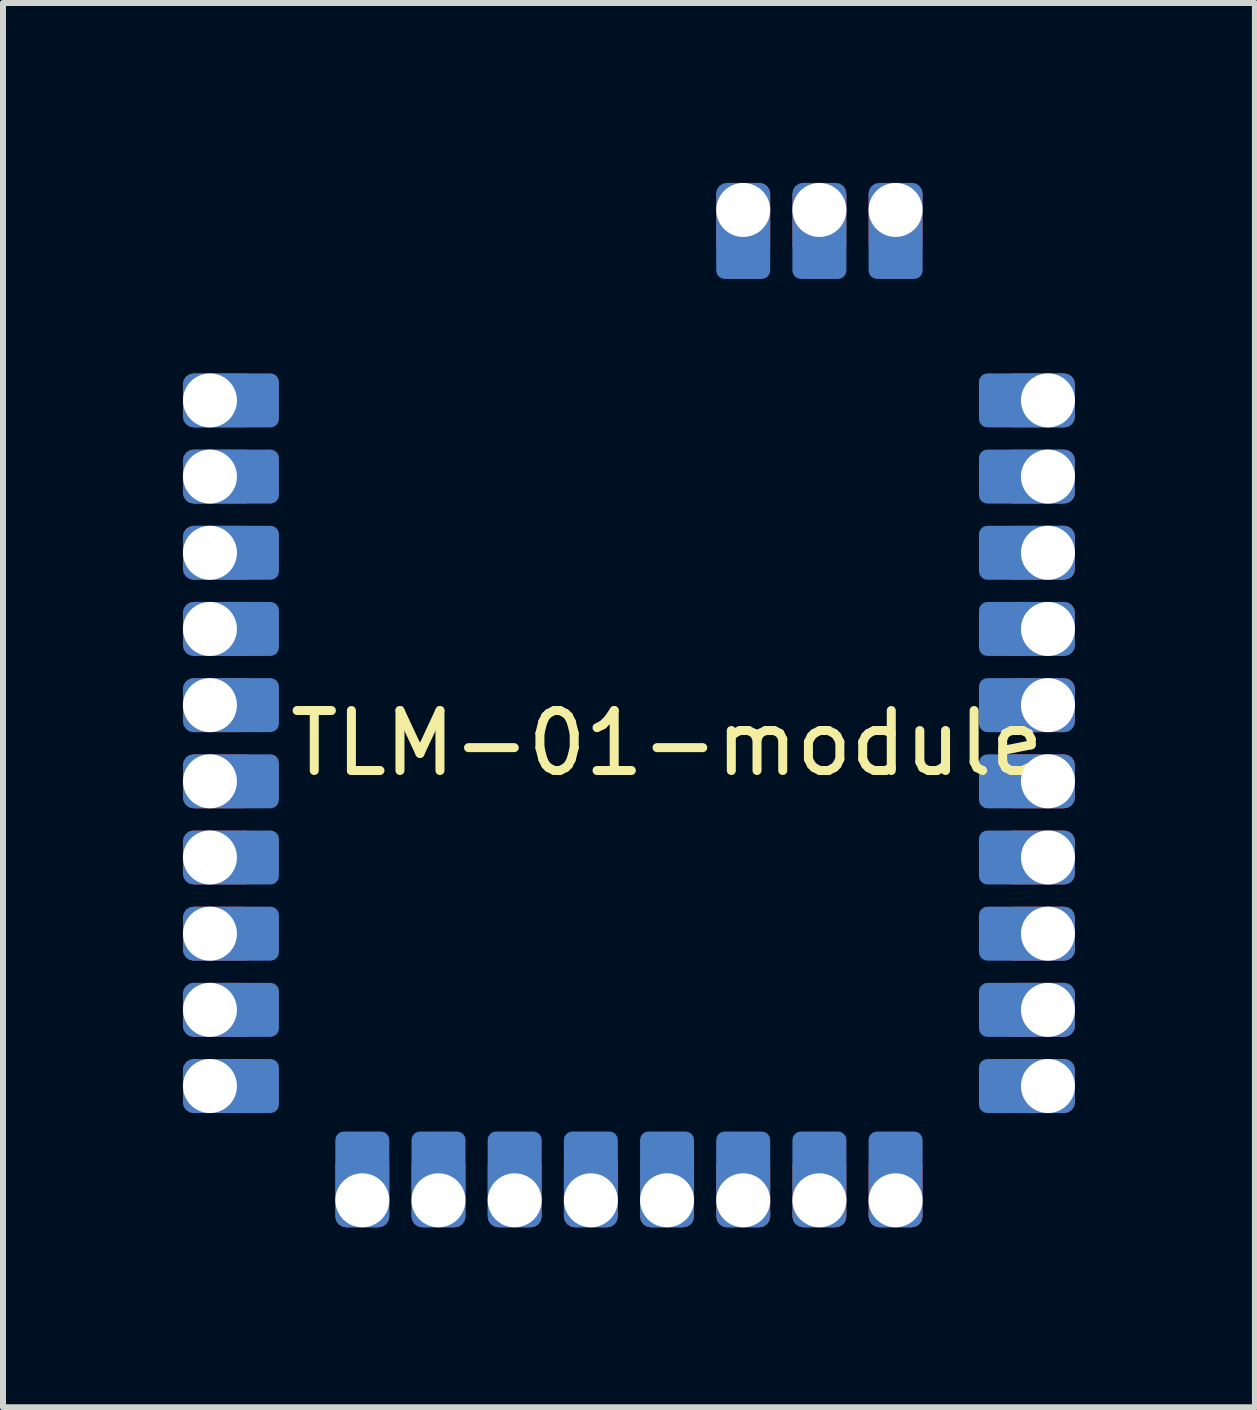
<source format=kicad_pcb>
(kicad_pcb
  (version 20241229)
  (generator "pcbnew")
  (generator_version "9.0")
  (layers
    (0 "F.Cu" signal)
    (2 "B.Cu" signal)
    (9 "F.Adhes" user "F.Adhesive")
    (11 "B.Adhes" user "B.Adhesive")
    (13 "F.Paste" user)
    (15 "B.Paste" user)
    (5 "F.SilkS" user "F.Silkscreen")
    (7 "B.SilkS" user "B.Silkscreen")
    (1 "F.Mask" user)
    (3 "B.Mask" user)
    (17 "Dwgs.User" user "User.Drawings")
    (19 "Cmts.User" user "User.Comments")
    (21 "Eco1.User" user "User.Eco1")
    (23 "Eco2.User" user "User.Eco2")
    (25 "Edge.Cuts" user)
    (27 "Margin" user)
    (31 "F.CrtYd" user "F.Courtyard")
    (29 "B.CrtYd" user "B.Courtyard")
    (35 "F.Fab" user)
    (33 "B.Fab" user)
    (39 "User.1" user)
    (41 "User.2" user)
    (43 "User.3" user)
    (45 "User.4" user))
  (footprint "TLM-01-module"
    (layer "F.Cu")
    (at 0.45 3.625)
    (property "Reference" "TLM-01-module" (at 7.62 5.715 0) (layer "F.SilkS") (effects (font (size 1 1) (thickness 0.15))))
    (attr through_hole)
    (fp_line (start 0 -3.175) (end 13.97 -3.175) (stroke (width 0.15) (type solid)) (layer "Eco1.User"))
    (fp_line (start 0 13.335) (end 0 -3.175) (stroke (width 0.15) (type solid)) (layer "Eco1.User"))
    (fp_line (start 0.635 -3.175) (end 0 -2.54) (stroke (width 0.15) (type solid)) (layer "Eco1.User"))
    (fp_line (start 13.97 -3.175) (end 13.97 13.335) (stroke (width 0.15) (type solid)) (layer "Eco1.User"))
    (fp_line (start 13.97 13.335) (end 0 13.335) (stroke (width 0.15) (type solid)) (layer "Eco1.User"))
    (pad "1" thru_hole roundrect (at 0 0) (size 1.2 0.9) (drill 0.9 (offset 0.15 0)) (layers "*.Cu" "*.Mask") (roundrect_rratio 0.2))
    (pad "1" connect roundrect (at 0.6 0) (size 0.7 0.9) (drill (offset 0.2 0)) (layers "B.Cu" "B.Mask") (roundrect_rratio 0.2))
    (pad "2" thru_hole roundrect (at 0 1.27) (size 1.2 0.9) (drill 0.9 (offset 0.15 0)) (layers "*.Cu" "*.Mask") (roundrect_rratio 0.2))
    (pad "2" connect roundrect (at 0.6 1.27) (size 0.7 0.9) (drill (offset 0.2 0)) (layers "B.Cu" "B.Mask") (roundrect_rratio 0.2))
    (pad "3" thru_hole roundrect (at 0 2.54) (size 1.2 0.9) (drill 0.9 (offset 0.15 0)) (layers "*.Cu" "*.Mask") (roundrect_rratio 0.2))
    (pad "3" connect roundrect (at 0.6 2.54) (size 0.7 0.9) (drill (offset 0.2 0)) (layers "B.Cu" "B.Mask") (roundrect_rratio 0.2))
    (pad "4" thru_hole roundrect (at 0 3.81) (size 1.2 0.9) (drill 0.9 (offset 0.15 0)) (layers "*.Cu" "*.Mask") (roundrect_rratio 0.2))
    (pad "4" connect roundrect (at 0.6 3.81) (size 0.7 0.9) (drill (offset 0.2 0)) (layers "B.Cu" "B.Mask") (roundrect_rratio 0.2))
    (pad "5" thru_hole roundrect (at 0 5.08) (size 1.2 0.9) (drill 0.9 (offset 0.15 0)) (layers "*.Cu" "*.Mask") (roundrect_rratio 0.2))
    (pad "5" connect roundrect (at 0.6 5.08) (size 0.7 0.9) (drill (offset 0.2 0)) (layers "B.Cu" "B.Mask") (roundrect_rratio 0.2))
    (pad "6" thru_hole roundrect (at 0 6.35) (size 1.2 0.9) (drill 0.9 (offset 0.15 0)) (layers "*.Cu" "*.Mask") (roundrect_rratio 0.2))
    (pad "6" connect roundrect (at 0.6 6.35) (size 0.7 0.9) (drill (offset 0.2 0)) (layers "B.Cu" "B.Mask") (roundrect_rratio 0.2))
    (pad "7" thru_hole roundrect (at 0 7.62) (size 1.2 0.9) (drill 0.9 (offset 0.15 0)) (layers "*.Cu" "*.Mask") (roundrect_rratio 0.2))
    (pad "7" connect roundrect (at 0.6 7.62) (size 0.7 0.9) (drill (offset 0.2 0)) (layers "B.Cu" "B.Mask") (roundrect_rratio 0.2))
    (pad "8" thru_hole roundrect (at 0 8.89) (size 1.2 0.9) (drill 0.9 (offset 0.15 0)) (layers "*.Cu" "*.Mask") (roundrect_rratio 0.2))
    (pad "8" connect roundrect (at 0.6 8.89) (size 0.7 0.9) (drill (offset 0.2 0)) (layers "B.Cu" "B.Mask") (roundrect_rratio 0.2))
    (pad "9" thru_hole roundrect (at 0 10.16) (size 1.2 0.9) (drill 0.9 (offset 0.15 0)) (layers "*.Cu" "*.Mask") (roundrect_rratio 0.2))
    (pad "9" connect roundrect (at 0.6 10.16) (size 0.7 0.9) (drill (offset 0.2 0)) (layers "B.Cu" "B.Mask") (roundrect_rratio 0.2))
    (pad "10" thru_hole roundrect (at 0 11.43) (size 1.2 0.9) (drill 0.9 (offset 0.15 0)) (layers "*.Cu" "*.Mask") (roundrect_rratio 0.2))
    (pad "10" connect roundrect (at 0.6 11.43) (size 0.7 0.9) (drill (offset 0.2 0)) (layers "B.Cu" "B.Mask") (roundrect_rratio 0.2))
    (pad "11" connect roundrect (at 2.54 12.738 90) (size 0.7 0.9) (drill (offset 0.2 0)) (layers "B.Cu" "B.Mask") (roundrect_rratio 0.2))
    (pad "11" thru_hole roundrect (at 2.54 13.335 90) (size 1.2 0.9) (drill 0.9 (offset 0.15 0)) (layers "*.Cu" "*.Mask") (roundrect_rratio 0.2))
    (pad "12" connect roundrect (at 3.81 12.738 90) (size 0.7 0.9) (drill (offset 0.2 0)) (layers "B.Cu" "B.Mask") (roundrect_rratio 0.2))
    (pad "12" thru_hole roundrect (at 3.81 13.335 90) (size 1.2 0.9) (drill 0.9 (offset 0.15 0)) (layers "*.Cu" "*.Mask") (roundrect_rratio 0.2))
    (pad "13" connect roundrect (at 5.08 12.738 90) (size 0.7 0.9) (drill (offset 0.2 0)) (layers "B.Cu" "B.Mask") (roundrect_rratio 0.2))
    (pad "13" thru_hole roundrect (at 5.08 13.335 90) (size 1.2 0.9) (drill 0.9 (offset 0.15 0)) (layers "*.Cu" "*.Mask") (roundrect_rratio 0.2))
    (pad "14" connect roundrect (at 6.35 12.738 90) (size 0.7 0.9) (drill (offset 0.2 0)) (layers "B.Cu" "B.Mask") (roundrect_rratio 0.2))
    (pad "14" thru_hole roundrect (at 6.35 13.335 90) (size 1.2 0.9) (drill 0.9 (offset 0.15 0)) (layers "*.Cu" "*.Mask") (roundrect_rratio 0.2))
    (pad "15" connect roundrect (at 7.62 12.738 90) (size 0.7 0.9) (drill (offset 0.2 0)) (layers "B.Cu" "B.Mask") (roundrect_rratio 0.2))
    (pad "15" thru_hole roundrect (at 7.62 13.335 90) (size 1.2 0.9) (drill 0.9 (offset 0.15 0)) (layers "*.Cu" "*.Mask") (roundrect_rratio 0.2))
    (pad "16" connect roundrect (at 8.89 12.738 90) (size 0.7 0.9) (drill (offset 0.2 0)) (layers "B.Cu" "B.Mask") (roundrect_rratio 0.2))
    (pad "16" thru_hole roundrect (at 8.89 13.335 90) (size 1.2 0.9) (drill 0.9 (offset 0.15 0)) (layers "*.Cu" "*.Mask") (roundrect_rratio 0.2))
    (pad "17" connect roundrect (at 10.16 12.738 90) (size 0.7 0.9) (drill (offset 0.2 0)) (layers "B.Cu" "B.Mask") (roundrect_rratio 0.2))
    (pad "17" thru_hole roundrect (at 10.16 13.335 90) (size 1.2 0.9) (drill 0.9 (offset 0.15 0)) (layers "*.Cu" "*.Mask") (roundrect_rratio 0.2))
    (pad "18" connect roundrect (at 11.43 12.738 90) (size 0.7 0.9) (drill (offset 0.2 0)) (layers "B.Cu" "B.Mask") (roundrect_rratio 0.2))
    (pad "18" thru_hole roundrect (at 11.43 13.335 90) (size 1.2 0.9) (drill 0.9 (offset 0.15 0)) (layers "*.Cu" "*.Mask") (roundrect_rratio 0.2))
    (pad "19" connect roundrect (at 12.97 11.43) (size 0.7 0.9) (drill (offset 0.2 0)) (layers "B.Cu" "B.Mask") (roundrect_rratio 0.2))
    (pad "19" thru_hole roundrect (at 13.97 11.43 180) (size 1.2 0.9) (drill 0.9 (offset 0.15 0)) (layers "*.Cu" "*.Mask") (roundrect_rratio 0.2))
    (pad "20" connect roundrect (at 12.97 10.16) (size 0.7 0.9) (drill (offset 0.2 0)) (layers "B.Cu" "B.Mask") (roundrect_rratio 0.2))
    (pad "20" thru_hole roundrect (at 13.97 10.16 180) (size 1.2 0.9) (drill 0.9 (offset 0.15 0)) (layers "*.Cu" "*.Mask") (roundrect_rratio 0.2))
    (pad "21" connect roundrect (at 12.97 8.89) (size 0.7 0.9) (drill (offset 0.2 0)) (layers "B.Cu" "B.Mask") (roundrect_rratio 0.2))
    (pad "21" thru_hole roundrect (at 13.97 8.89 180) (size 1.2 0.9) (drill 0.9 (offset 0.15 0)) (layers "*.Cu" "*.Mask") (roundrect_rratio 0.2))
    (pad "22" connect roundrect (at 12.97 7.62) (size 0.7 0.9) (drill (offset 0.2 0)) (layers "B.Cu" "B.Mask") (roundrect_rratio 0.2))
    (pad "22" thru_hole roundrect (at 13.97 7.62 180) (size 1.2 0.9) (drill 0.9 (offset 0.15 0)) (layers "*.Cu" "*.Mask") (roundrect_rratio 0.2))
    (pad "23" connect roundrect (at 12.97 6.35) (size 0.7 0.9) (drill (offset 0.2 0)) (layers "B.Cu" "B.Mask") (roundrect_rratio 0.2))
    (pad "23" thru_hole roundrect (at 13.97 6.35 180) (size 1.2 0.9) (drill 0.9 (offset 0.15 0)) (layers "*.Cu" "*.Mask") (roundrect_rratio 0.2))
    (pad "24" connect roundrect (at 12.97 5.08) (size 0.7 0.9) (drill (offset 0.2 0)) (layers "B.Cu" "B.Mask") (roundrect_rratio 0.2))
    (pad "24" thru_hole roundrect (at 13.97 5.08 180) (size 1.2 0.9) (drill 0.9 (offset 0.15 0)) (layers "*.Cu" "*.Mask") (roundrect_rratio 0.2))
    (pad "25" connect roundrect (at 12.97 3.81) (size 0.7 0.9) (drill (offset 0.2 0)) (layers "B.Cu" "B.Mask") (roundrect_rratio 0.2))
    (pad "25" thru_hole roundrect (at 13.97 3.81 180) (size 1.2 0.9) (drill 0.9 (offset 0.15 0)) (layers "*.Cu" "*.Mask") (roundrect_rratio 0.2))
    (pad "26" connect roundrect (at 12.97 2.54) (size 0.7 0.9) (drill (offset 0.2 0)) (layers "B.Cu" "B.Mask") (roundrect_rratio 0.2))
    (pad "26" thru_hole roundrect (at 13.97 2.54 180) (size 1.2 0.9) (drill 0.9 (offset 0.15 0)) (layers "*.Cu" "*.Mask") (roundrect_rratio 0.2))
    (pad "27" connect roundrect (at 12.97 1.27) (size 0.7 0.9) (drill (offset 0.2 0)) (layers "B.Cu" "B.Mask") (roundrect_rratio 0.2))
    (pad "27" thru_hole roundrect (at 13.97 1.27 180) (size 1.2 0.9) (drill 0.9 (offset 0.15 0)) (layers "*.Cu" "*.Mask") (roundrect_rratio 0.2))
    (pad "28" connect roundrect (at 12.97 0) (size 0.7 0.9) (drill (offset 0.2 0)) (layers "B.Cu" "B.Mask") (roundrect_rratio 0.2))
    (pad "28" thru_hole roundrect (at 13.97 0 180) (size 1.2 0.9) (drill 0.9 (offset 0.15 0)) (layers "*.Cu" "*.Mask") (roundrect_rratio 0.2))
    (pad "29" thru_hole roundrect (at 11.43 -3.175 270) (size 1.2 0.9) (drill 0.9 (offset 0.15 0)) (layers "*.Cu" "*.Mask") (roundrect_rratio 0.2))
    (pad "29" connect roundrect (at 11.43 -2.175 90) (size 0.7 0.9) (drill (offset 0.2 0)) (layers "B.Cu" "B.Mask") (roundrect_rratio 0.2))
    (pad "30" thru_hole roundrect (at 10.16 -3.175 270) (size 1.2 0.9) (drill 0.9 (offset 0.15 0)) (layers "*.Cu" "*.Mask") (roundrect_rratio 0.2))
    (pad "30" connect roundrect (at 10.16 -2.175 90) (size 0.7 0.9) (drill (offset 0.2 0)) (layers "B.Cu" "B.Mask") (roundrect_rratio 0.2))
    (pad "31" thru_hole roundrect (at 8.89 -3.175 270) (size 1.2 0.9) (drill 0.9 (offset 0.15 0)) (layers "*.Cu" "*.Mask") (roundrect_rratio 0.2))
    (pad "31" connect roundrect (at 8.89 -2.175 90) (size 0.7 0.9) (drill (offset 0.2 0)) (layers "B.Cu" "B.Mask") (roundrect_rratio 0.2)))
  (gr_rect
    (start -3 -3)
    (end 17.87 20.41)
    (stroke (width 0.1) (type default))
    (fill no)
    (layer "Edge.Cuts")))
</source>
